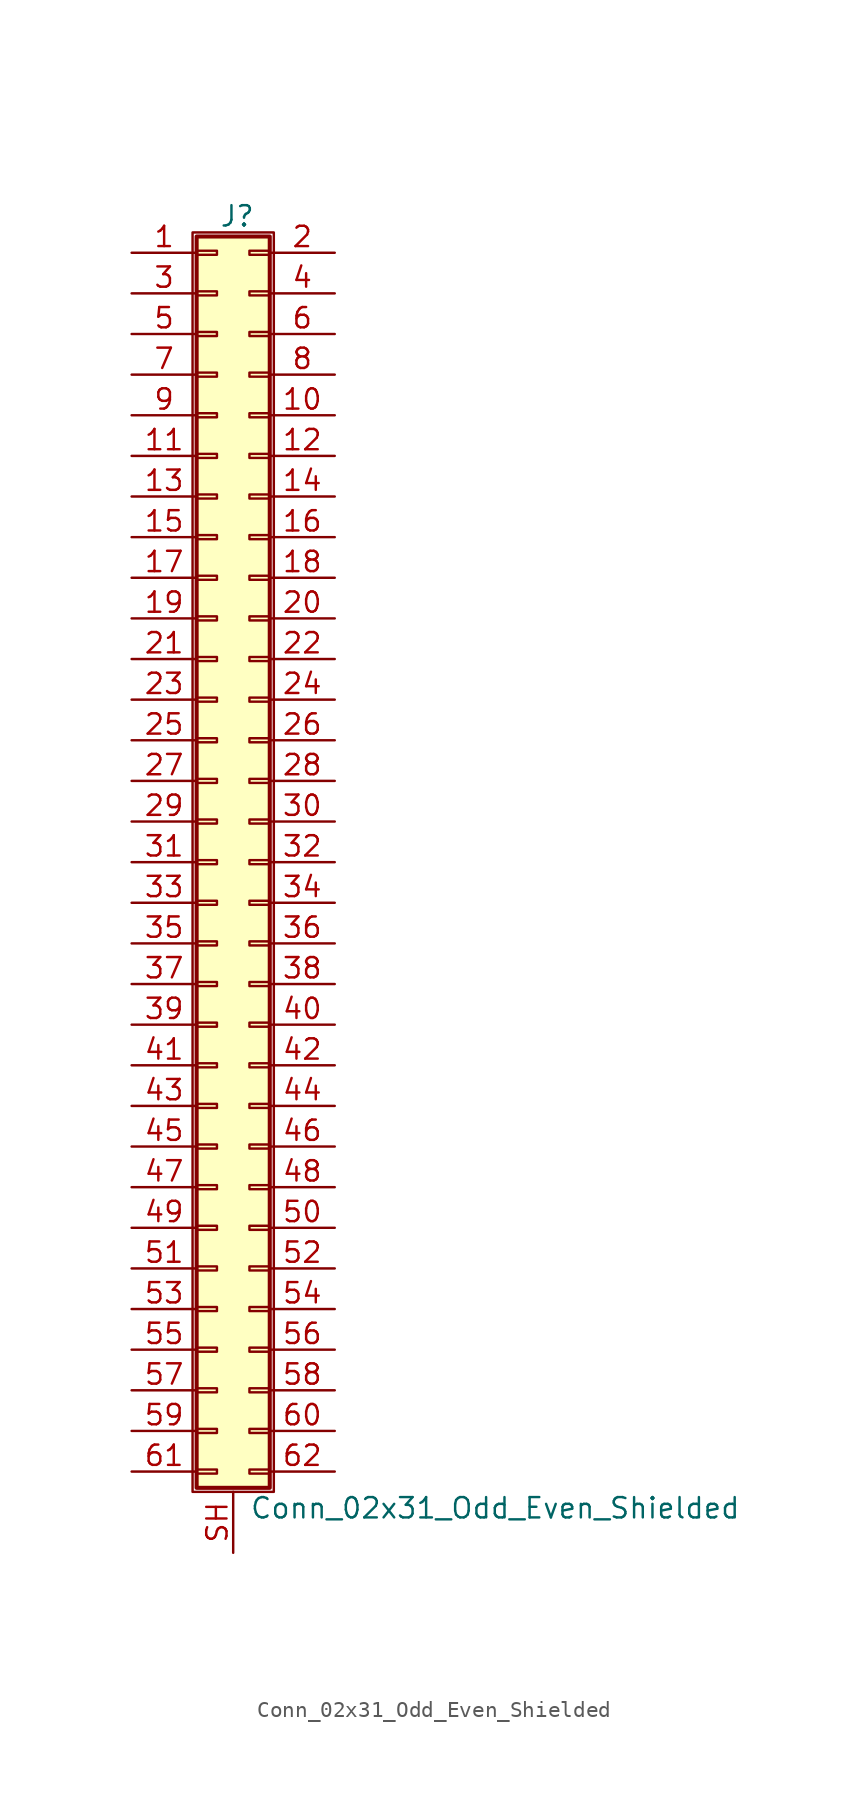
<source format=kicad_sym>
(kicad_symbol_lib
  (version 20220914)
  (generator kicad_symbol_editor)
  (symbol "Conn_02x31_Odd_Even_Shielded"
    (pin_names
      (offset 1.016) hide)
    (property "Reference" "J"
      (at 1.524 40.386 0)
      (effects (font (size 1.27 1.27))))
    (property "Value" "Conn_02x31_Odd_Even_Shielded"
      (at 2.286 -40.386 0)
      (effects (font (size 1.27 1.27)) (justify left)))
    (symbol "Conn_02x31_Odd_Even_Shielded_1_1"
      (rectangle (start -1.27 39.37) (end 3.81 -39.37) (stroke (width 0.152) (type default)) (fill (type none)))
      (rectangle (start -1.016 -37.973) (end 0.254 -38.227) (stroke (width 0.152) (type default)) (fill (type none)))
      (rectangle (start -1.016 -35.433) (end 0.254 -35.687) (stroke (width 0.152) (type default)) (fill (type none)))
      (rectangle (start -1.016 -32.893) (end 0.254 -33.147) (stroke (width 0.152) (type default)) (fill (type none)))
      (rectangle (start -1.016 -30.353) (end 0.254 -30.607) (stroke (width 0.152) (type default)) (fill (type none)))
      (rectangle (start -1.016 -27.813) (end 0.254 -28.067) (stroke (width 0.152) (type default)) (fill (type none)))
      (rectangle (start -1.016 -25.273) (end 0.254 -25.527) (stroke (width 0.152) (type default)) (fill (type none)))
      (rectangle (start -1.016 -22.733) (end 0.254 -22.987) (stroke (width 0.152) (type default)) (fill (type none)))
      (rectangle (start -1.016 -20.193) (end 0.254 -20.447) (stroke (width 0.152) (type default)) (fill (type none)))
      (rectangle (start -1.016 -17.653) (end 0.254 -17.907) (stroke (width 0.152) (type default)) (fill (type none)))
      (rectangle (start -1.016 -15.113) (end 0.254 -15.367) (stroke (width 0.152) (type default)) (fill (type none)))
      (rectangle (start -1.016 -12.573) (end 0.254 -12.827) (stroke (width 0.152) (type default)) (fill (type none)))
      (rectangle (start -1.016 -10.033) (end 0.254 -10.287) (stroke (width 0.152) (type default)) (fill (type none)))
      (rectangle (start -1.016 -7.493) (end 0.254 -7.747) (stroke (width 0.152) (type default)) (fill (type none)))
      (rectangle (start -1.016 -4.953) (end 0.254 -5.207) (stroke (width 0.152) (type default)) (fill (type none)))
      (rectangle (start -1.016 -2.413) (end 0.254 -2.667) (stroke (width 0.152) (type default)) (fill (type none)))
      (rectangle (start -1.016 0.127) (end 0.254 -0.127) (stroke (width 0.152) (type default)) (fill (type none)))
      (rectangle (start -1.016 2.667) (end 0.254 2.413) (stroke (width 0.152) (type default)) (fill (type none)))
      (rectangle (start -1.016 5.207) (end 0.254 4.953) (stroke (width 0.152) (type default)) (fill (type none)))
      (rectangle (start -1.016 7.747) (end 0.254 7.493) (stroke (width 0.152) (type default)) (fill (type none)))
      (rectangle (start -1.016 10.287) (end 0.254 10.033) (stroke (width 0.152) (type default)) (fill (type none)))
      (rectangle (start -1.016 12.827) (end 0.254 12.573) (stroke (width 0.152) (type default)) (fill (type none)))
      (rectangle (start -1.016 15.367) (end 0.254 15.113) (stroke (width 0.152) (type default)) (fill (type none)))
      (rectangle (start -1.016 17.907) (end 0.254 17.653) (stroke (width 0.152) (type default)) (fill (type none)))
      (rectangle (start -1.016 20.447) (end 0.254 20.193) (stroke (width 0.152) (type default)) (fill (type none)))
      (rectangle (start -1.016 22.987) (end 0.254 22.733) (stroke (width 0.152) (type default)) (fill (type none)))
      (rectangle (start -1.016 25.527) (end 0.254 25.273) (stroke (width 0.152) (type default)) (fill (type none)))
      (rectangle (start -1.016 28.067) (end 0.254 27.813) (stroke (width 0.152) (type default)) (fill (type none)))
      (rectangle (start -1.016 30.607) (end 0.254 30.353) (stroke (width 0.152) (type default)) (fill (type none)))
      (rectangle (start -1.016 33.147) (end 0.254 32.893) (stroke (width 0.152) (type default)) (fill (type none)))
      (rectangle (start -1.016 35.687) (end 0.254 35.433) (stroke (width 0.152) (type default)) (fill (type none)))
      (rectangle (start -1.016 38.227) (end 0.254 37.973) (stroke (width 0.152) (type default)) (fill (type none)))
      (rectangle (start -1.016 39.116) (end 3.556 -39.116) (stroke (width 0.254) (type default)) (fill (type background)))
      (rectangle (start 3.556 -37.973) (end 2.286 -38.227) (stroke (width 0.152) (type default)) (fill (type none)))
      (rectangle (start 3.556 -35.433) (end 2.286 -35.687) (stroke (width 0.152) (type default)) (fill (type none)))
      (rectangle (start 3.556 -32.893) (end 2.286 -33.147) (stroke (width 0.152) (type default)) (fill (type none)))
      (rectangle (start 3.556 -30.353) (end 2.286 -30.607) (stroke (width 0.152) (type default)) (fill (type none)))
      (rectangle (start 3.556 -27.813) (end 2.286 -28.067) (stroke (width 0.152) (type default)) (fill (type none)))
      (rectangle (start 3.556 -25.273) (end 2.286 -25.527) (stroke (width 0.152) (type default)) (fill (type none)))
      (rectangle (start 3.556 -22.733) (end 2.286 -22.987) (stroke (width 0.152) (type default)) (fill (type none)))
      (rectangle (start 3.556 -20.193) (end 2.286 -20.447) (stroke (width 0.152) (type default)) (fill (type none)))
      (rectangle (start 3.556 -17.653) (end 2.286 -17.907) (stroke (width 0.152) (type default)) (fill (type none)))
      (rectangle (start 3.556 -15.113) (end 2.286 -15.367) (stroke (width 0.152) (type default)) (fill (type none)))
      (rectangle (start 3.556 -12.573) (end 2.286 -12.827) (stroke (width 0.152) (type default)) (fill (type none)))
      (rectangle (start 3.556 -10.033) (end 2.286 -10.287) (stroke (width 0.152) (type default)) (fill (type none)))
      (rectangle (start 3.556 -7.493) (end 2.286 -7.747) (stroke (width 0.152) (type default)) (fill (type none)))
      (rectangle (start 3.556 -4.953) (end 2.286 -5.207) (stroke (width 0.152) (type default)) (fill (type none)))
      (rectangle (start 3.556 -2.413) (end 2.286 -2.667) (stroke (width 0.152) (type default)) (fill (type none)))
      (rectangle (start 3.556 0.127) (end 2.286 -0.127) (stroke (width 0.152) (type default)) (fill (type none)))
      (rectangle (start 3.556 2.667) (end 2.286 2.413) (stroke (width 0.152) (type default)) (fill (type none)))
      (rectangle (start 3.556 5.207) (end 2.286 4.953) (stroke (width 0.152) (type default)) (fill (type none)))
      (rectangle (start 3.556 7.747) (end 2.286 7.493) (stroke (width 0.152) (type default)) (fill (type none)))
      (rectangle (start 3.556 10.287) (end 2.286 10.033) (stroke (width 0.152) (type default)) (fill (type none)))
      (rectangle (start 3.556 12.827) (end 2.286 12.573) (stroke (width 0.152) (type default)) (fill (type none)))
      (rectangle (start 3.556 15.367) (end 2.286 15.113) (stroke (width 0.152) (type default)) (fill (type none)))
      (rectangle (start 3.556 17.907) (end 2.286 17.653) (stroke (width 0.152) (type default)) (fill (type none)))
      (rectangle (start 3.556 20.447) (end 2.286 20.193) (stroke (width 0.152) (type default)) (fill (type none)))
      (rectangle (start 3.556 22.987) (end 2.286 22.733) (stroke (width 0.152) (type default)) (fill (type none)))
      (rectangle (start 3.556 25.527) (end 2.286 25.273) (stroke (width 0.152) (type default)) (fill (type none)))
      (rectangle (start 3.556 28.067) (end 2.286 27.813) (stroke (width 0.152) (type default)) (fill (type none)))
      (rectangle (start 3.556 30.607) (end 2.286 30.353) (stroke (width 0.152) (type default)) (fill (type none)))
      (rectangle (start 3.556 33.147) (end 2.286 32.893) (stroke (width 0.152) (type default)) (fill (type none)))
      (rectangle (start 3.556 35.687) (end 2.286 35.433) (stroke (width 0.152) (type default)) (fill (type none)))
      (rectangle (start 3.556 38.227) (end 2.286 37.973) (stroke (width 0.152) (type default)) (fill (type none)))
      (pin passive line (at -5.08 38.1 0) (length 4.064) (name "Pin_1" (effects (font (size 1.27 1.27)))) (number "1" (effects (font (size 1.27 1.27)))))
      (pin passive line (at 7.62 27.94 180) (length 4.064) (name "Pin_10" (effects (font (size 1.27 1.27)))) (number "10" (effects (font (size 1.27 1.27)))))
      (pin passive line (at -5.08 25.4 0) (length 4.064) (name "Pin_11" (effects (font (size 1.27 1.27)))) (number "11" (effects (font (size 1.27 1.27)))))
      (pin passive line (at 7.62 25.4 180) (length 4.064) (name "Pin_12" (effects (font (size 1.27 1.27)))) (number "12" (effects (font (size 1.27 1.27)))))
      (pin passive line (at -5.08 22.86 0) (length 4.064) (name "Pin_13" (effects (font (size 1.27 1.27)))) (number "13" (effects (font (size 1.27 1.27)))))
      (pin passive line (at 7.62 22.86 180) (length 4.064) (name "Pin_14" (effects (font (size 1.27 1.27)))) (number "14" (effects (font (size 1.27 1.27)))))
      (pin passive line (at -5.08 20.32 0) (length 4.064) (name "Pin_15" (effects (font (size 1.27 1.27)))) (number "15" (effects (font (size 1.27 1.27)))))
      (pin passive line (at 7.62 20.32 180) (length 4.064) (name "Pin_16" (effects (font (size 1.27 1.27)))) (number "16" (effects (font (size 1.27 1.27)))))
      (pin passive line (at -5.08 17.78 0) (length 4.064) (name "Pin_17" (effects (font (size 1.27 1.27)))) (number "17" (effects (font (size 1.27 1.27)))))
      (pin passive line (at 7.62 17.78 180) (length 4.064) (name "Pin_18" (effects (font (size 1.27 1.27)))) (number "18" (effects (font (size 1.27 1.27)))))
      (pin passive line (at -5.08 15.24 0) (length 4.064) (name "Pin_19" (effects (font (size 1.27 1.27)))) (number "19" (effects (font (size 1.27 1.27)))))
      (pin passive line (at 7.62 38.1 180) (length 4.064) (name "Pin_2" (effects (font (size 1.27 1.27)))) (number "2" (effects (font (size 1.27 1.27)))))
      (pin passive line (at 7.62 15.24 180) (length 4.064) (name "Pin_20" (effects (font (size 1.27 1.27)))) (number "20" (effects (font (size 1.27 1.27)))))
      (pin passive line (at -5.08 12.7 0) (length 4.064) (name "Pin_21" (effects (font (size 1.27 1.27)))) (number "21" (effects (font (size 1.27 1.27)))))
      (pin passive line (at 7.62 12.7 180) (length 4.064) (name "Pin_22" (effects (font (size 1.27 1.27)))) (number "22" (effects (font (size 1.27 1.27)))))
      (pin passive line (at -5.08 10.16 0) (length 4.064) (name "Pin_23" (effects (font (size 1.27 1.27)))) (number "23" (effects (font (size 1.27 1.27)))))
      (pin passive line (at 7.62 10.16 180) (length 4.064) (name "Pin_24" (effects (font (size 1.27 1.27)))) (number "24" (effects (font (size 1.27 1.27)))))
      (pin passive line (at -5.08 7.62 0) (length 4.064) (name "Pin_25" (effects (font (size 1.27 1.27)))) (number "25" (effects (font (size 1.27 1.27)))))
      (pin passive line (at 7.62 7.62 180) (length 4.064) (name "Pin_26" (effects (font (size 1.27 1.27)))) (number "26" (effects (font (size 1.27 1.27)))))
      (pin passive line (at -5.08 5.08 0) (length 4.064) (name "Pin_27" (effects (font (size 1.27 1.27)))) (number "27" (effects (font (size 1.27 1.27)))))
      (pin passive line (at 7.62 5.08 180) (length 4.064) (name "Pin_28" (effects (font (size 1.27 1.27)))) (number "28" (effects (font (size 1.27 1.27)))))
      (pin passive line (at -5.08 2.54 0) (length 4.064) (name "Pin_29" (effects (font (size 1.27 1.27)))) (number "29" (effects (font (size 1.27 1.27)))))
      (pin passive line (at -5.08 35.56 0) (length 4.064) (name "Pin_3" (effects (font (size 1.27 1.27)))) (number "3" (effects (font (size 1.27 1.27)))))
      (pin passive line (at 7.62 2.54 180) (length 4.064) (name "Pin_30" (effects (font (size 1.27 1.27)))) (number "30" (effects (font (size 1.27 1.27)))))
      (pin passive line (at -5.08 0 0) (length 4.064) (name "Pin_31" (effects (font (size 1.27 1.27)))) (number "31" (effects (font (size 1.27 1.27)))))
      (pin passive line (at 7.62 0 180) (length 4.064) (name "Pin_32" (effects (font (size 1.27 1.27)))) (number "32" (effects (font (size 1.27 1.27)))))
      (pin passive line (at -5.08 -2.54 0) (length 4.064) (name "Pin_33" (effects (font (size 1.27 1.27)))) (number "33" (effects (font (size 1.27 1.27)))))
      (pin passive line (at 7.62 -2.54 180) (length 4.064) (name "Pin_34" (effects (font (size 1.27 1.27)))) (number "34" (effects (font (size 1.27 1.27)))))
      (pin passive line (at -5.08 -5.08 0) (length 4.064) (name "Pin_35" (effects (font (size 1.27 1.27)))) (number "35" (effects (font (size 1.27 1.27)))))
      (pin passive line (at 7.62 -5.08 180) (length 4.064) (name "Pin_36" (effects (font (size 1.27 1.27)))) (number "36" (effects (font (size 1.27 1.27)))))
      (pin passive line (at -5.08 -7.62 0) (length 4.064) (name "Pin_37" (effects (font (size 1.27 1.27)))) (number "37" (effects (font (size 1.27 1.27)))))
      (pin passive line (at 7.62 -7.62 180) (length 4.064) (name "Pin_38" (effects (font (size 1.27 1.27)))) (number "38" (effects (font (size 1.27 1.27)))))
      (pin passive line (at -5.08 -10.16 0) (length 4.064) (name "Pin_39" (effects (font (size 1.27 1.27)))) (number "39" (effects (font (size 1.27 1.27)))))
      (pin passive line (at 7.62 35.56 180) (length 4.064) (name "Pin_4" (effects (font (size 1.27 1.27)))) (number "4" (effects (font (size 1.27 1.27)))))
      (pin passive line (at 7.62 -10.16 180) (length 4.064) (name "Pin_40" (effects (font (size 1.27 1.27)))) (number "40" (effects (font (size 1.27 1.27)))))
      (pin passive line (at -5.08 -12.7 0) (length 4.064) (name "Pin_41" (effects (font (size 1.27 1.27)))) (number "41" (effects (font (size 1.27 1.27)))))
      (pin passive line (at 7.62 -12.7 180) (length 4.064) (name "Pin_42" (effects (font (size 1.27 1.27)))) (number "42" (effects (font (size 1.27 1.27)))))
      (pin passive line (at -5.08 -15.24 0) (length 4.064) (name "Pin_43" (effects (font (size 1.27 1.27)))) (number "43" (effects (font (size 1.27 1.27)))))
      (pin passive line (at 7.62 -15.24 180) (length 4.064) (name "Pin_44" (effects (font (size 1.27 1.27)))) (number "44" (effects (font (size 1.27 1.27)))))
      (pin passive line (at -5.08 -17.78 0) (length 4.064) (name "Pin_45" (effects (font (size 1.27 1.27)))) (number "45" (effects (font (size 1.27 1.27)))))
      (pin passive line (at 7.62 -17.78 180) (length 4.064) (name "Pin_46" (effects (font (size 1.27 1.27)))) (number "46" (effects (font (size 1.27 1.27)))))
      (pin passive line (at -5.08 -20.32 0) (length 4.064) (name "Pin_47" (effects (font (size 1.27 1.27)))) (number "47" (effects (font (size 1.27 1.27)))))
      (pin passive line (at 7.62 -20.32 180) (length 4.064) (name "Pin_48" (effects (font (size 1.27 1.27)))) (number "48" (effects (font (size 1.27 1.27)))))
      (pin passive line (at -5.08 -22.86 0) (length 4.064) (name "Pin_49" (effects (font (size 1.27 1.27)))) (number "49" (effects (font (size 1.27 1.27)))))
      (pin passive line (at -5.08 33.02 0) (length 4.064) (name "Pin_5" (effects (font (size 1.27 1.27)))) (number "5" (effects (font (size 1.27 1.27)))))
      (pin passive line (at 7.62 -22.86 180) (length 4.064) (name "Pin_50" (effects (font (size 1.27 1.27)))) (number "50" (effects (font (size 1.27 1.27)))))
      (pin passive line (at -5.08 -25.4 0) (length 4.064) (name "Pin_51" (effects (font (size 1.27 1.27)))) (number "51" (effects (font (size 1.27 1.27)))))
      (pin passive line (at 7.62 -25.4 180) (length 4.064) (name "Pin_52" (effects (font (size 1.27 1.27)))) (number "52" (effects (font (size 1.27 1.27)))))
      (pin passive line (at -5.08 -27.94 0) (length 4.064) (name "Pin_53" (effects (font (size 1.27 1.27)))) (number "53" (effects (font (size 1.27 1.27)))))
      (pin passive line (at 7.62 -27.94 180) (length 4.064) (name "Pin_54" (effects (font (size 1.27 1.27)))) (number "54" (effects (font (size 1.27 1.27)))))
      (pin passive line (at -5.08 -30.48 0) (length 4.064) (name "Pin_55" (effects (font (size 1.27 1.27)))) (number "55" (effects (font (size 1.27 1.27)))))
      (pin passive line (at 7.62 -30.48 180) (length 4.064) (name "Pin_56" (effects (font (size 1.27 1.27)))) (number "56" (effects (font (size 1.27 1.27)))))
      (pin passive line (at -5.08 -33.02 0) (length 4.064) (name "Pin_57" (effects (font (size 1.27 1.27)))) (number "57" (effects (font (size 1.27 1.27)))))
      (pin passive line (at 7.62 -33.02 180) (length 4.064) (name "Pin_58" (effects (font (size 1.27 1.27)))) (number "58" (effects (font (size 1.27 1.27)))))
      (pin passive line (at -5.08 -35.56 0) (length 4.064) (name "Pin_59" (effects (font (size 1.27 1.27)))) (number "59" (effects (font (size 1.27 1.27)))))
      (pin passive line (at 7.62 33.02 180) (length 4.064) (name "Pin_6" (effects (font (size 1.27 1.27)))) (number "6" (effects (font (size 1.27 1.27)))))
      (pin passive line (at 7.62 -35.56 180) (length 4.064) (name "Pin_60" (effects (font (size 1.27 1.27)))) (number "60" (effects (font (size 1.27 1.27)))))
      (pin passive line (at -5.08 -38.1 0) (length 4.064) (name "Pin_61" (effects (font (size 1.27 1.27)))) (number "61" (effects (font (size 1.27 1.27)))))
      (pin passive line (at 7.62 -38.1 180) (length 4.064) (name "Pin_62" (effects (font (size 1.27 1.27)))) (number "62" (effects (font (size 1.27 1.27)))))
      (pin passive line (at -5.08 30.48 0) (length 4.064) (name "Pin_7" (effects (font (size 1.27 1.27)))) (number "7" (effects (font (size 1.27 1.27)))))
      (pin passive line (at 7.62 30.48 180) (length 4.064) (name "Pin_8" (effects (font (size 1.27 1.27)))) (number "8" (effects (font (size 1.27 1.27)))))
      (pin passive line (at -5.08 27.94 0) (length 4.064) (name "Pin_9" (effects (font (size 1.27 1.27)))) (number "9" (effects (font (size 1.27 1.27)))))
      (pin passive line (at 1.27 -43.18 90) (length 3.81) (name "Shield" (effects (font (size 1.27 1.27)))) (number "SH" (effects (font (size 1.27 1.27))))))))
</source>
